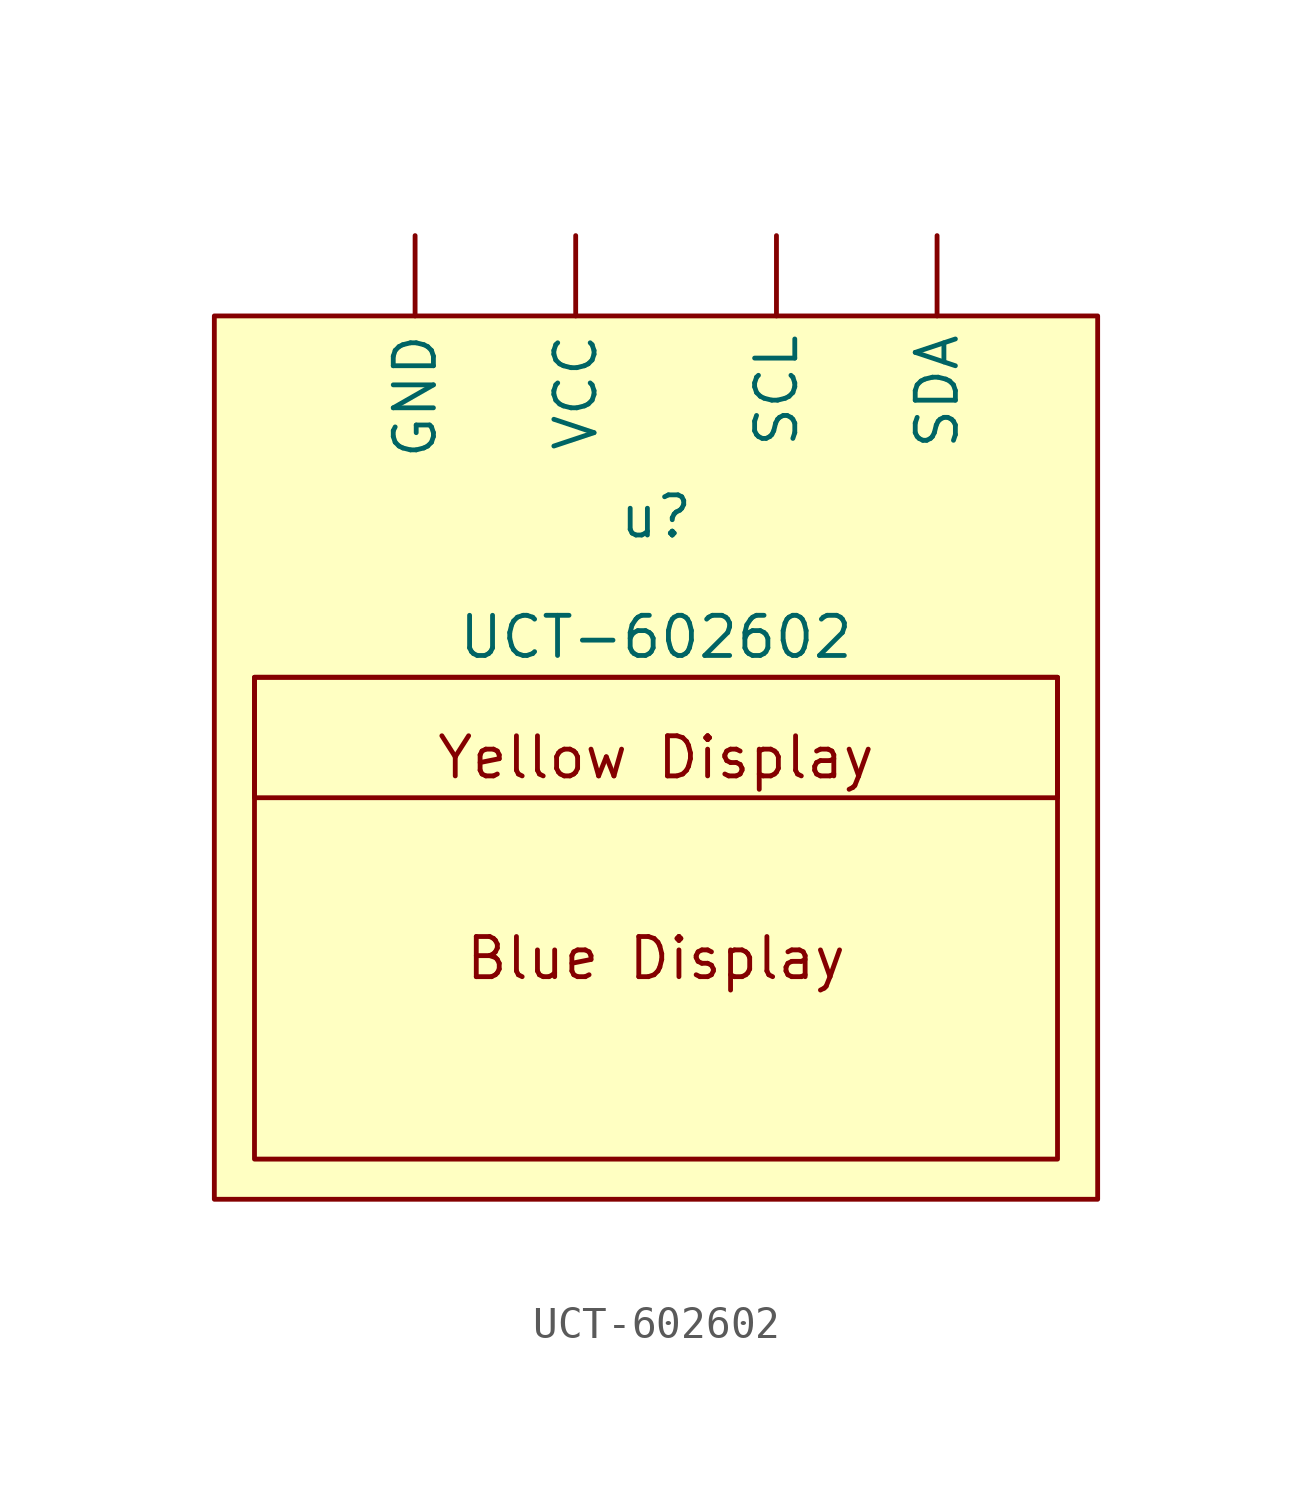
<source format=kicad_sym>
(kicad_symbol_lib
  (version 20211014)
  (generator kicad_symbol_editor)
  (symbol "UCT-602602"
    (property "Reference" "u"
      (at -13.97 21.59 0)
      (effects (font (size 1.27 1.27))))
    (property "Value" "UCT-602602"
      (at -13.97 17.78 0)
      (effects (font (size 1.27 1.27))))
    (symbol "UCT-602602_0_0"
      (text "Blue Display" (at -13.97 7.62 0) (effects (font (size 1.27 1.27))))
      (text "Yellow Display" (at -13.97 13.97 0) (effects (font (size 1.27 1.27)))))
    (symbol "UCT-602602_0_1"
      (rectangle (start -26.67 16.51) (end -1.27 1.27) (stroke (width 0) (type default) (color 0 0 0 0)) (fill (type none)))
      (rectangle (start -26.67 16.51) (end -1.27 12.7) (stroke (width 0) (type default) (color 0 0 0 0)) (fill (type none)))
      (rectangle (start 0 0) (end -27.94 27.94) (stroke (width 0) (type default) (color 0 0 0 0)) (fill (type background))))
    (symbol "UCT-602602_1_1"
      (pin power_in line (at -21.59 30.48 270) (length 2.54) (name "GND" (effects (font (size 1.27 1.27)))) (number "" (effects (font (size 1.27 1.27)))))
      (pin bidirectional line (at -10.16 30.48 270) (length 2.54) (name "SCL" (effects (font (size 1.27 1.27)))) (number "" (effects (font (size 1.27 1.27)))))
      (pin bidirectional line (at -5.08 30.48 270) (length 2.54) (name "SDA" (effects (font (size 1.27 1.27)))) (number "" (effects (font (size 1.27 1.27)))))
      (pin power_in line (at -16.51 30.48 270) (length 2.54) (name "VCC" (effects (font (size 1.27 1.27)))) (number "" (effects (font (size 1.27 1.27))))))))
</source>
